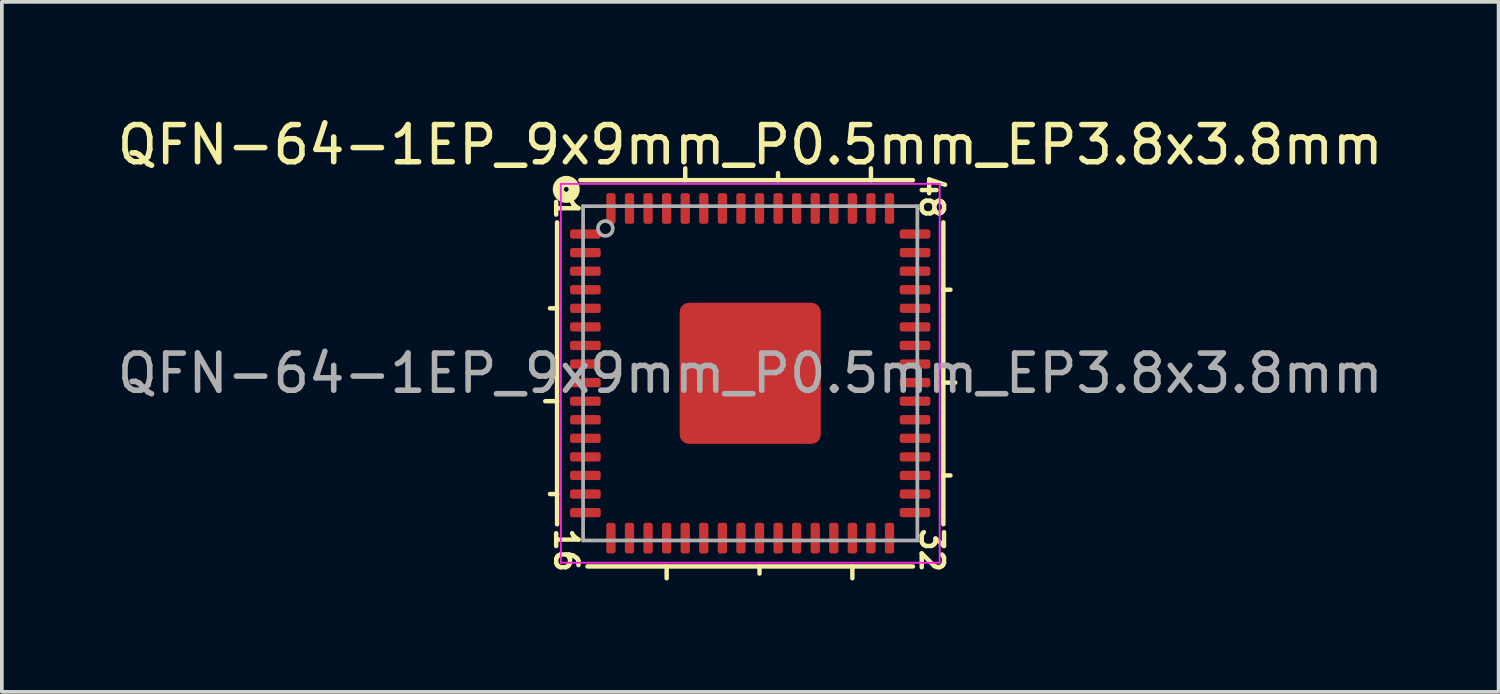
<source format=kicad_pcb>
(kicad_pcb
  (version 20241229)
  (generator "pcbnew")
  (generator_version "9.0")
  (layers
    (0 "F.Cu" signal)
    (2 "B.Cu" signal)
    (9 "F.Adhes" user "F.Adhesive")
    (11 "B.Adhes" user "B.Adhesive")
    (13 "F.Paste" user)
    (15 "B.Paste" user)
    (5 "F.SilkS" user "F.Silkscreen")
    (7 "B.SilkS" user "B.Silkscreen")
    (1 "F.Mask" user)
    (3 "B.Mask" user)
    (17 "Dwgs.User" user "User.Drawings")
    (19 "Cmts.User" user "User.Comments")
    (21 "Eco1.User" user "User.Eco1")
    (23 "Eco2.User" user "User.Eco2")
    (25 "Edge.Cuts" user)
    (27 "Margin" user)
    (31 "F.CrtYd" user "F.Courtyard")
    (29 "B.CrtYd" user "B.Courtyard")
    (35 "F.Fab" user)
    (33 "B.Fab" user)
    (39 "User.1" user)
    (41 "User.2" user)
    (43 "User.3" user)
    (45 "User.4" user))
  (footprint "QFN-64-1EP_9x9mm_P0.5mm_EP3.8x3.8mm"
    (layer "F.Cu")
    (at 17.149 7.001)
    (property "Reference" "QFN-64-1EP_9x9mm_P0.5mm_EP3.8x3.8mm" (at 0 -6.152 0) (layer "F.SilkS") (effects (font (size 1 1) (thickness 0.15))))
    (attr smd)
    (fp_line (start -5.2 -4.064) (end -5.2 4.064) (stroke (width 0.12) (type solid)) (layer "F.SilkS"))
    (fp_line (start -5.2 -1.75) (end -5.391 -1.75) (stroke (width 0.12) (type solid)) (layer "F.SilkS"))
    (fp_line (start -5.2 0.75) (end -5.518 0.75) (stroke (width 0.12) (type solid)) (layer "F.SilkS"))
    (fp_line (start -5.2 3.25) (end -5.391 3.25) (stroke (width 0.12) (type solid)) (layer "F.SilkS"))
    (fp_line (start -4.381 5.2) (end 4.381 5.2) (stroke (width 0.12) (type solid)) (layer "F.SilkS"))
    (fp_line (start -2.25 5.2) (end -2.25 5.518) (stroke (width 0.12) (type solid)) (layer "F.SilkS"))
    (fp_line (start -1.75 -5.2) (end -1.75 -5.518) (stroke (width 0.12) (type solid)) (layer "F.SilkS"))
    (fp_line (start 0.25 5.2) (end 0.25 5.391) (stroke (width 0.12) (type solid)) (layer "F.SilkS"))
    (fp_line (start 0.75 -5.2) (end 0.75 -5.391) (stroke (width 0.12) (type solid)) (layer "F.SilkS"))
    (fp_line (start 2.75 5.2) (end 2.75 5.518) (stroke (width 0.12) (type solid)) (layer "F.SilkS"))
    (fp_line (start 3.25 -5.2) (end 3.25 -5.518) (stroke (width 0.12) (type solid)) (layer "F.SilkS"))
    (fp_line (start 4.381 -5.2) (end -4.572 -5.2) (stroke (width 0.12) (type solid)) (layer "F.SilkS"))
    (fp_line (start 5.2 -2.25) (end 5.391 -2.25) (stroke (width 0.12) (type solid)) (layer "F.SilkS"))
    (fp_line (start 5.2 0.25) (end 5.518 0.25) (stroke (width 0.12) (type solid)) (layer "F.SilkS"))
    (fp_line (start 5.2 2.75) (end 5.391 2.75) (stroke (width 0.12) (type solid)) (layer "F.SilkS"))
    (fp_line (start 5.2 4.064) (end 5.2 -4.064) (stroke (width 0.12) (type solid)) (layer "F.SilkS"))
    (fp_circle (center -4.953 -4.953) (end -4.889 -4.953) (stroke (width 0.3) (type solid)) (fill no) (layer "F.SilkS"))
    (fp_line (start -5.1 -5.1) (end -5.1 5.1) (stroke (width 0.05) (type solid)) (layer "F.CrtYd"))
    (fp_line (start -5.1 5.1) (end 5.1 5.1) (stroke (width 0.05) (type solid)) (layer "F.CrtYd"))
    (fp_line (start 5.1 -5.1) (end -5.1 -5.1) (stroke (width 0.05) (type solid)) (layer "F.CrtYd"))
    (fp_line (start 5.1 5.1) (end 5.1 -5.1) (stroke (width 0.05) (type solid)) (layer "F.CrtYd"))
    (fp_line (start -4.5 -4.5) (end 4.5 -4.5) (stroke (width 0.1) (type solid)) (layer "F.Fab"))
    (fp_line (start -4.5 4.5) (end -4.5 -4.5) (stroke (width 0.1) (type solid)) (layer "F.Fab"))
    (fp_line (start 4.5 -4.5) (end 4.5 4.5) (stroke (width 0.1) (type solid)) (layer "F.Fab"))
    (fp_line (start 4.5 4.5) (end -4.5 4.5) (stroke (width 0.1) (type solid)) (layer "F.Fab"))
    (fp_circle (center -3.9 -3.9) (end -3.7 -3.9) (stroke (width 0.1) (type solid)) (fill no) (layer "F.Fab"))
    (fp_text user "48" (at 4.889 -4.763 270) (unlocked yes) (layer "F.SilkS") (effects (font (size 0.6 0.6) (thickness 0.12))))
    (fp_text user "16" (at -4.953 4.763 270) (unlocked yes) (layer "F.SilkS") (effects (font (size 0.6 0.6) (thickness 0.12))))
    (fp_text user "32" (at 4.889 4.763 270) (unlocked yes) (layer "F.SilkS") (effects (font (size 0.6 0.6) (thickness 0.12))))
    (fp_text user "1" (at -4.953 -4.445 270) (unlocked yes) (layer "F.SilkS") (effects (font (size 0.6 0.6) (thickness 0.12))))
    (fp_text user "${REFERENCE}" (at 0 0 0) (layer "F.Fab") (effects (font (size 1 1) (thickness 0.15))))
    (pad "" smd roundrect (at -1.27 -1.27) (size 1.02 1.02) (layers "F.Paste") (roundrect_rratio 0.245))
    (pad "" smd roundrect (at -1.27 0) (size 1.02 1.02) (layers "F.Paste") (roundrect_rratio 0.245))
    (pad "" smd roundrect (at -1.27 1.27) (size 1.02 1.02) (layers "F.Paste") (roundrect_rratio 0.245))
    (pad "" smd roundrect (at 0 -1.27) (size 1.02 1.02) (layers "F.Paste") (roundrect_rratio 0.245))
    (pad "" smd roundrect (at 0 0) (size 1.02 1.02) (layers "F.Paste") (roundrect_rratio 0.245))
    (pad "" smd roundrect (at 0 1.27) (size 1.02 1.02) (layers "F.Paste") (roundrect_rratio 0.245))
    (pad "" smd roundrect (at 1.27 -1.27) (size 1.02 1.02) (layers "F.Paste") (roundrect_rratio 0.245))
    (pad "" smd roundrect (at 1.27 0) (size 1.02 1.02) (layers "F.Paste") (roundrect_rratio 0.245))
    (pad "" smd roundrect (at 1.27 1.27) (size 1.02 1.02) (layers "F.Paste") (roundrect_rratio 0.245))
    (pad "1" smd roundrect (at -4.438 -3.75) (size 0.825 0.25) (layers "F.Cu" "F.Mask" "F.Paste") (roundrect_rratio 0.25))
    (pad "2" smd roundrect (at -4.438 -3.25) (size 0.825 0.25) (layers "F.Cu" "F.Mask" "F.Paste") (roundrect_rratio 0.25))
    (pad "3" smd roundrect (at -4.438 -2.75) (size 0.825 0.25) (layers "F.Cu" "F.Mask" "F.Paste") (roundrect_rratio 0.25))
    (pad "4" smd roundrect (at -4.438 -2.25) (size 0.825 0.25) (layers "F.Cu" "F.Mask" "F.Paste") (roundrect_rratio 0.25))
    (pad "5" smd roundrect (at -4.438 -1.75) (size 0.825 0.25) (layers "F.Cu" "F.Mask" "F.Paste") (roundrect_rratio 0.25))
    (pad "6" smd roundrect (at -4.438 -1.25) (size 0.825 0.25) (layers "F.Cu" "F.Mask" "F.Paste") (roundrect_rratio 0.25))
    (pad "7" smd roundrect (at -4.438 -0.75) (size 0.825 0.25) (layers "F.Cu" "F.Mask" "F.Paste") (roundrect_rratio 0.25))
    (pad "8" smd roundrect (at -4.438 -0.25) (size 0.825 0.25) (layers "F.Cu" "F.Mask" "F.Paste") (roundrect_rratio 0.25))
    (pad "9" smd roundrect (at -4.438 0.25) (size 0.825 0.25) (layers "F.Cu" "F.Mask" "F.Paste") (roundrect_rratio 0.25))
    (pad "10" smd roundrect (at -4.438 0.75) (size 0.825 0.25) (layers "F.Cu" "F.Mask" "F.Paste") (roundrect_rratio 0.25))
    (pad "11" smd roundrect (at -4.438 1.25) (size 0.825 0.25) (layers "F.Cu" "F.Mask" "F.Paste") (roundrect_rratio 0.25))
    (pad "12" smd roundrect (at -4.438 1.75) (size 0.825 0.25) (layers "F.Cu" "F.Mask" "F.Paste") (roundrect_rratio 0.25))
    (pad "13" smd roundrect (at -4.438 2.25) (size 0.825 0.25) (layers "F.Cu" "F.Mask" "F.Paste") (roundrect_rratio 0.25))
    (pad "14" smd roundrect (at -4.438 2.75) (size 0.825 0.25) (layers "F.Cu" "F.Mask" "F.Paste") (roundrect_rratio 0.25))
    (pad "15" smd roundrect (at -4.438 3.25) (size 0.825 0.25) (layers "F.Cu" "F.Mask" "F.Paste") (roundrect_rratio 0.25))
    (pad "16" smd roundrect (at -4.438 3.75) (size 0.825 0.25) (layers "F.Cu" "F.Mask" "F.Paste") (roundrect_rratio 0.25))
    (pad "17" smd roundrect (at -3.75 4.438) (size 0.25 0.825) (layers "F.Cu" "F.Mask" "F.Paste") (roundrect_rratio 0.25))
    (pad "18" smd roundrect (at -3.25 4.438) (size 0.25 0.825) (layers "F.Cu" "F.Mask" "F.Paste") (roundrect_rratio 0.25))
    (pad "19" smd roundrect (at -2.75 4.438) (size 0.25 0.825) (layers "F.Cu" "F.Mask" "F.Paste") (roundrect_rratio 0.25))
    (pad "20" smd roundrect (at -2.25 4.438) (size 0.25 0.825) (layers "F.Cu" "F.Mask" "F.Paste") (roundrect_rratio 0.25))
    (pad "21" smd roundrect (at -1.75 4.438) (size 0.25 0.825) (layers "F.Cu" "F.Mask" "F.Paste") (roundrect_rratio 0.25))
    (pad "22" smd roundrect (at -1.25 4.438) (size 0.25 0.825) (layers "F.Cu" "F.Mask" "F.Paste") (roundrect_rratio 0.25))
    (pad "23" smd roundrect (at -0.75 4.438) (size 0.25 0.825) (layers "F.Cu" "F.Mask" "F.Paste") (roundrect_rratio 0.25))
    (pad "24" smd roundrect (at -0.25 4.438) (size 0.25 0.825) (layers "F.Cu" "F.Mask" "F.Paste") (roundrect_rratio 0.25))
    (pad "25" smd roundrect (at 0.25 4.438) (size 0.25 0.825) (layers "F.Cu" "F.Mask" "F.Paste") (roundrect_rratio 0.25))
    (pad "26" smd roundrect (at 0.75 4.438) (size 0.25 0.825) (layers "F.Cu" "F.Mask" "F.Paste") (roundrect_rratio 0.25))
    (pad "27" smd roundrect (at 1.25 4.438) (size 0.25 0.825) (layers "F.Cu" "F.Mask" "F.Paste") (roundrect_rratio 0.25))
    (pad "28" smd roundrect (at 1.75 4.438) (size 0.25 0.825) (layers "F.Cu" "F.Mask" "F.Paste") (roundrect_rratio 0.25))
    (pad "29" smd roundrect (at 2.25 4.438) (size 0.25 0.825) (layers "F.Cu" "F.Mask" "F.Paste") (roundrect_rratio 0.25))
    (pad "30" smd roundrect (at 2.75 4.438) (size 0.25 0.825) (layers "F.Cu" "F.Mask" "F.Paste") (roundrect_rratio 0.25))
    (pad "31" smd roundrect (at 3.25 4.438) (size 0.25 0.825) (layers "F.Cu" "F.Mask" "F.Paste") (roundrect_rratio 0.25))
    (pad "32" smd roundrect (at 3.75 4.438) (size 0.25 0.825) (layers "F.Cu" "F.Mask" "F.Paste") (roundrect_rratio 0.25))
    (pad "33" smd roundrect (at 4.438 3.75) (size 0.825 0.25) (layers "F.Cu" "F.Mask" "F.Paste") (roundrect_rratio 0.25))
    (pad "34" smd roundrect (at 4.438 3.25) (size 0.825 0.25) (layers "F.Cu" "F.Mask" "F.Paste") (roundrect_rratio 0.25))
    (pad "35" smd roundrect (at 4.438 2.75) (size 0.825 0.25) (layers "F.Cu" "F.Mask" "F.Paste") (roundrect_rratio 0.25))
    (pad "36" smd roundrect (at 4.438 2.25) (size 0.825 0.25) (layers "F.Cu" "F.Mask" "F.Paste") (roundrect_rratio 0.25))
    (pad "37" smd roundrect (at 4.438 1.75) (size 0.825 0.25) (layers "F.Cu" "F.Mask" "F.Paste") (roundrect_rratio 0.25))
    (pad "38" smd roundrect (at 4.438 1.25) (size 0.825 0.25) (layers "F.Cu" "F.Mask" "F.Paste") (roundrect_rratio 0.25))
    (pad "39" smd roundrect (at 4.438 0.75) (size 0.825 0.25) (layers "F.Cu" "F.Mask" "F.Paste") (roundrect_rratio 0.25))
    (pad "40" smd roundrect (at 4.438 0.25) (size 0.825 0.25) (layers "F.Cu" "F.Mask" "F.Paste") (roundrect_rratio 0.25))
    (pad "41" smd roundrect (at 4.438 -0.25) (size 0.825 0.25) (layers "F.Cu" "F.Mask" "F.Paste") (roundrect_rratio 0.25))
    (pad "42" smd roundrect (at 4.438 -0.75) (size 0.825 0.25) (layers "F.Cu" "F.Mask" "F.Paste") (roundrect_rratio 0.25))
    (pad "43" smd roundrect (at 4.438 -1.25) (size 0.825 0.25) (layers "F.Cu" "F.Mask" "F.Paste") (roundrect_rratio 0.25))
    (pad "44" smd roundrect (at 4.438 -1.75) (size 0.825 0.25) (layers "F.Cu" "F.Mask" "F.Paste") (roundrect_rratio 0.25))
    (pad "45" smd roundrect (at 4.438 -2.25) (size 0.825 0.25) (layers "F.Cu" "F.Mask" "F.Paste") (roundrect_rratio 0.25))
    (pad "46" smd roundrect (at 4.438 -2.75) (size 0.825 0.25) (layers "F.Cu" "F.Mask" "F.Paste") (roundrect_rratio 0.25))
    (pad "47" smd roundrect (at 4.438 -3.25) (size 0.825 0.25) (layers "F.Cu" "F.Mask" "F.Paste") (roundrect_rratio 0.25))
    (pad "48" smd roundrect (at 4.438 -3.75) (size 0.825 0.25) (layers "F.Cu" "F.Mask" "F.Paste") (roundrect_rratio 0.25))
    (pad "49" smd roundrect (at 3.75 -4.438) (size 0.25 0.825) (layers "F.Cu" "F.Mask" "F.Paste") (roundrect_rratio 0.25))
    (pad "50" smd roundrect (at 3.25 -4.438) (size 0.25 0.825) (layers "F.Cu" "F.Mask" "F.Paste") (roundrect_rratio 0.25))
    (pad "51" smd roundrect (at 2.75 -4.438) (size 0.25 0.825) (layers "F.Cu" "F.Mask" "F.Paste") (roundrect_rratio 0.25))
    (pad "52" smd roundrect (at 2.25 -4.438) (size 0.25 0.825) (layers "F.Cu" "F.Mask" "F.Paste") (roundrect_rratio 0.25))
    (pad "53" smd roundrect (at 1.75 -4.438) (size 0.25 0.825) (layers "F.Cu" "F.Mask" "F.Paste") (roundrect_rratio 0.25))
    (pad "54" smd roundrect (at 1.25 -4.438) (size 0.25 0.825) (layers "F.Cu" "F.Mask" "F.Paste") (roundrect_rratio 0.25))
    (pad "55" smd roundrect (at 0.75 -4.438) (size 0.25 0.825) (layers "F.Cu" "F.Mask" "F.Paste") (roundrect_rratio 0.25))
    (pad "56" smd roundrect (at 0.25 -4.438) (size 0.25 0.825) (layers "F.Cu" "F.Mask" "F.Paste") (roundrect_rratio 0.25))
    (pad "57" smd roundrect (at -0.25 -4.438) (size 0.25 0.825) (layers "F.Cu" "F.Mask" "F.Paste") (roundrect_rratio 0.25))
    (pad "58" smd roundrect (at -0.75 -4.438) (size 0.25 0.825) (layers "F.Cu" "F.Mask" "F.Paste") (roundrect_rratio 0.25))
    (pad "59" smd roundrect (at -1.25 -4.438) (size 0.25 0.825) (layers "F.Cu" "F.Mask" "F.Paste") (roundrect_rratio 0.25))
    (pad "60" smd roundrect (at -1.75 -4.438) (size 0.25 0.825) (layers "F.Cu" "F.Mask" "F.Paste") (roundrect_rratio 0.25))
    (pad "61" smd roundrect (at -2.25 -4.438) (size 0.25 0.825) (layers "F.Cu" "F.Mask" "F.Paste") (roundrect_rratio 0.25))
    (pad "62" smd roundrect (at -2.75 -4.438) (size 0.25 0.825) (layers "F.Cu" "F.Mask" "F.Paste") (roundrect_rratio 0.25))
    (pad "63" smd roundrect (at -3.25 -4.438) (size 0.25 0.825) (layers "F.Cu" "F.Mask" "F.Paste") (roundrect_rratio 0.25))
    (pad "64" smd roundrect (at -3.75 -4.438) (size 0.25 0.825) (layers "F.Cu" "F.Mask" "F.Paste") (roundrect_rratio 0.25))
    (pad "65" smd roundrect (at 0 0) (size 3.8 3.8) (layers "F.Cu" "F.Mask") (roundrect_rratio 0.066)))
  (gr_rect
    (start -3 -3)
    (end 37.298 15.578)
    (stroke (width 0.1) (type default))
    (fill no)
    (layer "Edge.Cuts")))
</source>
